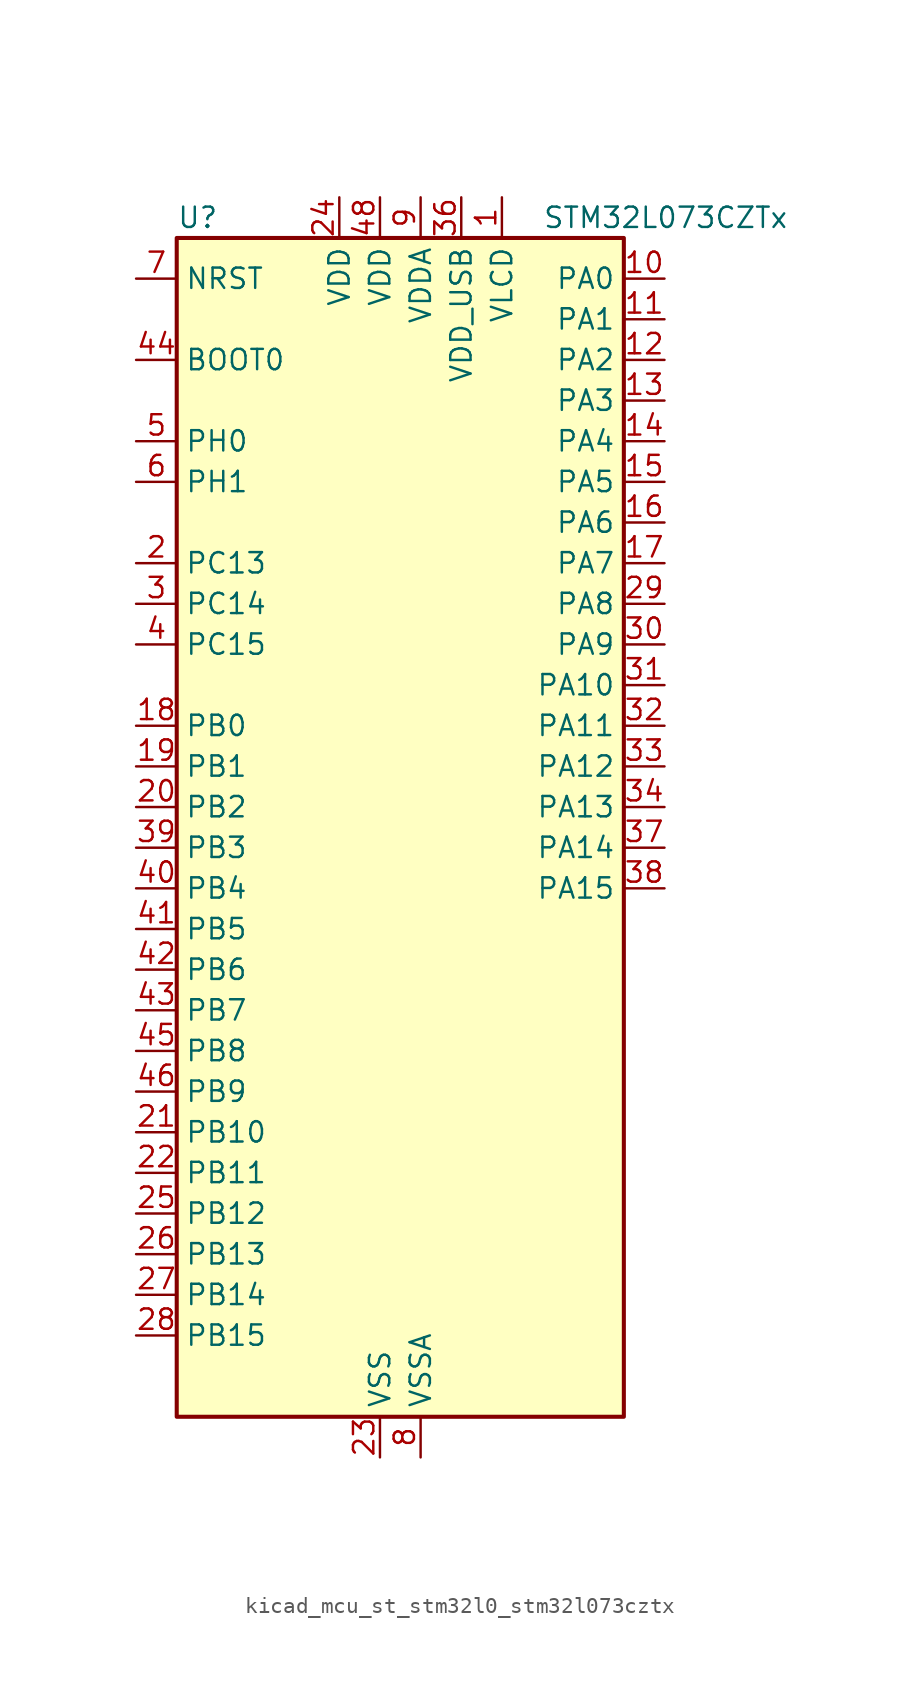
<source format=kicad_sym>
(kicad_symbol_lib
  (version 20220914)
  (generator kicad_symbol_editor)
  (symbol "kicad_mcu_st_stm32l0_stm32l073cztx"
    (property "Reference" "U"
      (at -12.7 39.37 0)
      (effects (font (size 1.27 1.27)) (justify left)))
    (property "Value" "STM32L073CZTx"
      (at 10.16 39.37 0)
      (effects (font (size 1.27 1.27)) (justify left)))
    (property "ki_locked" ""
      (at 0 0 0)
      (effects (font (size 1.27 1.27))))
    (symbol "kicad_mcu_st_stm32l0_stm32l073cztx_0_1"
      (rectangle (start -12.7 -35.56) (end 15.24 38.1) (stroke (width 0.254) (type default)) (fill (type background))))
    (symbol "kicad_mcu_st_stm32l0_stm32l073cztx_1_1"
      (pin power_in line (at 7.62 40.64 270) (length 2.54) (name "VLCD" (effects (font (size 1.27 1.27)))) (number "1" (effects (font (size 1.27 1.27)))))
      (pin bidirectional line (at 17.78 35.56 180) (length 2.54) (name "PA0" (effects (font (size 1.27 1.27)))) (number "10" (effects (font (size 1.27 1.27)))) (alternate "ADC_IN0" bidirectional line) (alternate "COMP1_INM" bidirectional line) (alternate "COMP1_OUT" bidirectional line) (alternate "RTC_TAMP2" bidirectional line) (alternate "SYS_WKUP1" bidirectional line) (alternate "TIM2_CH1" bidirectional line) (alternate "TIM2_ETR" bidirectional line) (alternate "TSC_G1_IO1" bidirectional line) (alternate "USART2_CTS" bidirectional line) (alternate "USART4_TX" bidirectional line))
      (pin bidirectional line (at 17.78 33.02 180) (length 2.54) (name "PA1" (effects (font (size 1.27 1.27)))) (number "11" (effects (font (size 1.27 1.27)))) (alternate "ADC_IN1" bidirectional line) (alternate "COMP1_INP" bidirectional line) (alternate "LCD_SEG0" bidirectional line) (alternate "TIM21_ETR" bidirectional line) (alternate "TIM2_CH2" bidirectional line) (alternate "TSC_G1_IO2" bidirectional line) (alternate "USART2_DE" bidirectional line) (alternate "USART2_RTS" bidirectional line) (alternate "USART4_RX" bidirectional line))
      (pin bidirectional line (at 17.78 30.48 180) (length 2.54) (name "PA2" (effects (font (size 1.27 1.27)))) (number "12" (effects (font (size 1.27 1.27)))) (alternate "ADC_IN2" bidirectional line) (alternate "COMP2_INM" bidirectional line) (alternate "COMP2_OUT" bidirectional line) (alternate "LCD_SEG1" bidirectional line) (alternate "LPUART1_TX" bidirectional line) (alternate "TIM21_CH1" bidirectional line) (alternate "TIM2_CH3" bidirectional line) (alternate "TSC_G1_IO3" bidirectional line) (alternate "USART2_TX" bidirectional line))
      (pin bidirectional line (at 17.78 27.94 180) (length 2.54) (name "PA3" (effects (font (size 1.27 1.27)))) (number "13" (effects (font (size 1.27 1.27)))) (alternate "ADC_IN3" bidirectional line) (alternate "COMP2_INP" bidirectional line) (alternate "LCD_SEG2" bidirectional line) (alternate "LPUART1_RX" bidirectional line) (alternate "TIM21_CH2" bidirectional line) (alternate "TIM2_CH4" bidirectional line) (alternate "TSC_G1_IO4" bidirectional line) (alternate "USART2_RX" bidirectional line))
      (pin bidirectional line (at 17.78 25.4 180) (length 2.54) (name "PA4" (effects (font (size 1.27 1.27)))) (number "14" (effects (font (size 1.27 1.27)))) (alternate "ADC_IN4" bidirectional line) (alternate "COMP1_INM" bidirectional line) (alternate "COMP2_INM" bidirectional line) (alternate "DAC_OUT1" bidirectional line) (alternate "SPI1_NSS" bidirectional line) (alternate "TIM22_ETR" bidirectional line) (alternate "TSC_G2_IO1" bidirectional line) (alternate "USART2_CK" bidirectional line))
      (pin bidirectional line (at 17.78 22.86 180) (length 2.54) (name "PA5" (effects (font (size 1.27 1.27)))) (number "15" (effects (font (size 1.27 1.27)))) (alternate "ADC_IN5" bidirectional line) (alternate "COMP1_INM" bidirectional line) (alternate "COMP2_INM" bidirectional line) (alternate "DAC_OUT2" bidirectional line) (alternate "SPI1_SCK" bidirectional line) (alternate "TIM2_CH1" bidirectional line) (alternate "TIM2_ETR" bidirectional line) (alternate "TSC_G2_IO2" bidirectional line))
      (pin bidirectional line (at 17.78 20.32 180) (length 2.54) (name "PA6" (effects (font (size 1.27 1.27)))) (number "16" (effects (font (size 1.27 1.27)))) (alternate "ADC_IN6" bidirectional line) (alternate "COMP1_OUT" bidirectional line) (alternate "LCD_SEG3" bidirectional line) (alternate "LPUART1_CTS" bidirectional line) (alternate "SPI1_MISO" bidirectional line) (alternate "TIM22_CH1" bidirectional line) (alternate "TIM3_CH1" bidirectional line) (alternate "TSC_G2_IO3" bidirectional line))
      (pin bidirectional line (at 17.78 17.78 180) (length 2.54) (name "PA7" (effects (font (size 1.27 1.27)))) (number "17" (effects (font (size 1.27 1.27)))) (alternate "ADC_IN7" bidirectional line) (alternate "COMP2_OUT" bidirectional line) (alternate "LCD_SEG4" bidirectional line) (alternate "SPI1_MOSI" bidirectional line) (alternate "TIM22_CH2" bidirectional line) (alternate "TIM3_CH2" bidirectional line) (alternate "TSC_G2_IO4" bidirectional line))
      (pin bidirectional line (at -15.24 7.62 0) (length 2.54) (name "PB0" (effects (font (size 1.27 1.27)))) (number "18" (effects (font (size 1.27 1.27)))) (alternate "ADC_IN8" bidirectional line) (alternate "LCD_SEG5" bidirectional line) (alternate "LCD_VLCD3" bidirectional line) (alternate "SYS_VREF_OUT_PB0" bidirectional line) (alternate "TIM3_CH3" bidirectional line) (alternate "TSC_G3_IO2" bidirectional line))
      (pin bidirectional line (at -15.24 5.08 0) (length 2.54) (name "PB1" (effects (font (size 1.27 1.27)))) (number "19" (effects (font (size 1.27 1.27)))) (alternate "ADC_IN9" bidirectional line) (alternate "LCD_SEG6" bidirectional line) (alternate "LPUART1_DE" bidirectional line) (alternate "LPUART1_RTS" bidirectional line) (alternate "SYS_VREF_OUT_PB1" bidirectional line) (alternate "TIM3_CH4" bidirectional line) (alternate "TSC_G3_IO3" bidirectional line))
      (pin bidirectional line (at -15.24 17.78 0) (length 2.54) (name "PC13" (effects (font (size 1.27 1.27)))) (number "2" (effects (font (size 1.27 1.27)))) (alternate "RTC_OUT_ALARM" bidirectional line) (alternate "RTC_OUT_CALIB" bidirectional line) (alternate "RTC_TAMP1" bidirectional line) (alternate "RTC_TS" bidirectional line) (alternate "SYS_WKUP2" bidirectional line))
      (pin bidirectional line (at -15.24 2.54 0) (length 2.54) (name "PB2" (effects (font (size 1.27 1.27)))) (number "20" (effects (font (size 1.27 1.27)))) (alternate "I2C3_SMBA" bidirectional line) (alternate "LCD_VLCD2" bidirectional line) (alternate "LPTIM1_OUT" bidirectional line) (alternate "TSC_G3_IO4" bidirectional line))
      (pin bidirectional line (at -15.24 -17.78 0) (length 2.54) (name "PB10" (effects (font (size 1.27 1.27)))) (number "21" (effects (font (size 1.27 1.27)))) (alternate "I2C2_SCL" bidirectional line) (alternate "LCD_SEG10" bidirectional line) (alternate "LPUART1_RX" bidirectional line) (alternate "LPUART1_TX" bidirectional line) (alternate "SPI2_SCK" bidirectional line) (alternate "TIM2_CH3" bidirectional line) (alternate "TSC_SYNC" bidirectional line))
      (pin bidirectional line (at -15.24 -20.32 0) (length 2.54) (name "PB11" (effects (font (size 1.27 1.27)))) (number "22" (effects (font (size 1.27 1.27)))) (alternate "ADC_EXTI11" bidirectional line) (alternate "I2C2_SDA" bidirectional line) (alternate "LCD_SEG11" bidirectional line) (alternate "LPUART1_RX" bidirectional line) (alternate "LPUART1_TX" bidirectional line) (alternate "TIM2_CH4" bidirectional line) (alternate "TSC_G6_IO1" bidirectional line))
      (pin power_in line (at 0 -38.1 90) (length 2.54) (name "VSS" (effects (font (size 1.27 1.27)))) (number "23" (effects (font (size 1.27 1.27)))))
      (pin power_in line (at -2.54 40.64 270) (length 2.54) (name "VDD" (effects (font (size 1.27 1.27)))) (number "24" (effects (font (size 1.27 1.27)))))
      (pin bidirectional line (at -15.24 -22.86 0) (length 2.54) (name "PB12" (effects (font (size 1.27 1.27)))) (number "25" (effects (font (size 1.27 1.27)))) (alternate "I2S2_WS" bidirectional line) (alternate "LCD_SEG12" bidirectional line) (alternate "LCD_VLCD2" bidirectional line) (alternate "LPUART1_DE" bidirectional line) (alternate "LPUART1_RTS" bidirectional line) (alternate "SPI2_NSS" bidirectional line) (alternate "TSC_G6_IO2" bidirectional line))
      (pin bidirectional line (at -15.24 -25.4 0) (length 2.54) (name "PB13" (effects (font (size 1.27 1.27)))) (number "26" (effects (font (size 1.27 1.27)))) (alternate "I2C2_SCL" bidirectional line) (alternate "I2S2_CK" bidirectional line) (alternate "LCD_SEG13" bidirectional line) (alternate "LPUART1_CTS" bidirectional line) (alternate "RCC_MCO" bidirectional line) (alternate "SPI2_SCK" bidirectional line) (alternate "TIM21_CH1" bidirectional line) (alternate "TSC_G6_IO3" bidirectional line))
      (pin bidirectional line (at -15.24 -27.94 0) (length 2.54) (name "PB14" (effects (font (size 1.27 1.27)))) (number "27" (effects (font (size 1.27 1.27)))) (alternate "I2C2_SDA" bidirectional line) (alternate "I2S2_MCK" bidirectional line) (alternate "LCD_SEG14" bidirectional line) (alternate "LPUART1_DE" bidirectional line) (alternate "LPUART1_RTS" bidirectional line) (alternate "RTC_OUT_ALARM" bidirectional line) (alternate "RTC_OUT_CALIB" bidirectional line) (alternate "SPI2_MISO" bidirectional line) (alternate "TIM21_CH2" bidirectional line) (alternate "TSC_G6_IO4" bidirectional line))
      (pin bidirectional line (at -15.24 -30.48 0) (length 2.54) (name "PB15" (effects (font (size 1.27 1.27)))) (number "28" (effects (font (size 1.27 1.27)))) (alternate "I2S2_SD" bidirectional line) (alternate "LCD_SEG15" bidirectional line) (alternate "RTC_REFIN" bidirectional line) (alternate "SPI2_MOSI" bidirectional line))
      (pin bidirectional line (at 17.78 15.24 180) (length 2.54) (name "PA8" (effects (font (size 1.27 1.27)))) (number "29" (effects (font (size 1.27 1.27)))) (alternate "CRS_SYNC" bidirectional line) (alternate "I2C3_SCL" bidirectional line) (alternate "LCD_COM0" bidirectional line) (alternate "RCC_MCO" bidirectional line) (alternate "USART1_CK" bidirectional line))
      (pin bidirectional line (at -15.24 15.24 0) (length 2.54) (name "PC14" (effects (font (size 1.27 1.27)))) (number "3" (effects (font (size 1.27 1.27)))) (alternate "RCC_OSC32_IN" bidirectional line))
      (pin bidirectional line (at 17.78 12.7 180) (length 2.54) (name "PA9" (effects (font (size 1.27 1.27)))) (number "30" (effects (font (size 1.27 1.27)))) (alternate "DAC_EXTI9" bidirectional line) (alternate "I2C1_SCL" bidirectional line) (alternate "I2C3_SMBA" bidirectional line) (alternate "LCD_COM1" bidirectional line) (alternate "RCC_MCO" bidirectional line) (alternate "TSC_G4_IO1" bidirectional line) (alternate "USART1_TX" bidirectional line))
      (pin bidirectional line (at 17.78 10.16 180) (length 2.54) (name "PA10" (effects (font (size 1.27 1.27)))) (number "31" (effects (font (size 1.27 1.27)))) (alternate "I2C1_SDA" bidirectional line) (alternate "LCD_COM2" bidirectional line) (alternate "TSC_G4_IO2" bidirectional line) (alternate "USART1_RX" bidirectional line))
      (pin bidirectional line (at 17.78 7.62 180) (length 2.54) (name "PA11" (effects (font (size 1.27 1.27)))) (number "32" (effects (font (size 1.27 1.27)))) (alternate "ADC_EXTI11" bidirectional line) (alternate "COMP1_OUT" bidirectional line) (alternate "SPI1_MISO" bidirectional line) (alternate "TSC_G4_IO3" bidirectional line) (alternate "USART1_CTS" bidirectional line) (alternate "USB_DM" bidirectional line))
      (pin bidirectional line (at 17.78 5.08 180) (length 2.54) (name "PA12" (effects (font (size 1.27 1.27)))) (number "33" (effects (font (size 1.27 1.27)))) (alternate "COMP2_OUT" bidirectional line) (alternate "SPI1_MOSI" bidirectional line) (alternate "TSC_G4_IO4" bidirectional line) (alternate "USART1_DE" bidirectional line) (alternate "USART1_RTS" bidirectional line) (alternate "USB_DP" bidirectional line))
      (pin bidirectional line (at 17.78 2.54 180) (length 2.54) (name "PA13" (effects (font (size 1.27 1.27)))) (number "34" (effects (font (size 1.27 1.27)))) (alternate "LPUART1_RX" bidirectional line) (alternate "SYS_SWDIO" bidirectional line) (alternate "USB_NOE" bidirectional line))
      (pin passive line (at 0 -38.1 90) (length 2.54) hide (name "VSS" (effects (font (size 1.27 1.27)))) (number "35" (effects (font (size 1.27 1.27)))))
      (pin power_in line (at 5.08 40.64 270) (length 2.54) (name "VDD_USB" (effects (font (size 1.27 1.27)))) (number "36" (effects (font (size 1.27 1.27)))))
      (pin bidirectional line (at 17.78 0 180) (length 2.54) (name "PA14" (effects (font (size 1.27 1.27)))) (number "37" (effects (font (size 1.27 1.27)))) (alternate "LPUART1_TX" bidirectional line) (alternate "SYS_SWCLK" bidirectional line) (alternate "USART2_TX" bidirectional line))
      (pin bidirectional line (at 17.78 -2.54 180) (length 2.54) (name "PA15" (effects (font (size 1.27 1.27)))) (number "38" (effects (font (size 1.27 1.27)))) (alternate "LCD_SEG17" bidirectional line) (alternate "SPI1_NSS" bidirectional line) (alternate "TIM2_CH1" bidirectional line) (alternate "TIM2_ETR" bidirectional line) (alternate "USART2_RX" bidirectional line) (alternate "USART4_DE" bidirectional line) (alternate "USART4_RTS" bidirectional line))
      (pin bidirectional line (at -15.24 0 0) (length 2.54) (name "PB3" (effects (font (size 1.27 1.27)))) (number "39" (effects (font (size 1.27 1.27)))) (alternate "COMP2_INM" bidirectional line) (alternate "LCD_SEG7" bidirectional line) (alternate "SPI1_SCK" bidirectional line) (alternate "TIM2_CH2" bidirectional line) (alternate "TSC_G5_IO1" bidirectional line) (alternate "USART1_DE" bidirectional line) (alternate "USART1_RTS" bidirectional line) (alternate "USART5_TX" bidirectional line))
      (pin bidirectional line (at -15.24 12.7 0) (length 2.54) (name "PC15" (effects (font (size 1.27 1.27)))) (number "4" (effects (font (size 1.27 1.27)))) (alternate "RCC_OSC32_OUT" bidirectional line))
      (pin bidirectional line (at -15.24 -2.54 0) (length 2.54) (name "PB4" (effects (font (size 1.27 1.27)))) (number "40" (effects (font (size 1.27 1.27)))) (alternate "COMP2_INP" bidirectional line) (alternate "I2C3_SDA" bidirectional line) (alternate "LCD_SEG8" bidirectional line) (alternate "SPI1_MISO" bidirectional line) (alternate "TIM22_CH1" bidirectional line) (alternate "TIM3_CH1" bidirectional line) (alternate "TSC_G5_IO2" bidirectional line) (alternate "USART1_CTS" bidirectional line) (alternate "USART5_RX" bidirectional line))
      (pin bidirectional line (at -15.24 -5.08 0) (length 2.54) (name "PB5" (effects (font (size 1.27 1.27)))) (number "41" (effects (font (size 1.27 1.27)))) (alternate "COMP2_INP" bidirectional line) (alternate "I2C1_SMBA" bidirectional line) (alternate "LCD_SEG9" bidirectional line) (alternate "LPTIM1_IN1" bidirectional line) (alternate "SPI1_MOSI" bidirectional line) (alternate "TIM22_CH2" bidirectional line) (alternate "TIM3_CH2" bidirectional line) (alternate "USART1_CK" bidirectional line) (alternate "USART5_CK" bidirectional line) (alternate "USART5_DE" bidirectional line) (alternate "USART5_RTS" bidirectional line))
      (pin bidirectional line (at -15.24 -7.62 0) (length 2.54) (name "PB6" (effects (font (size 1.27 1.27)))) (number "42" (effects (font (size 1.27 1.27)))) (alternate "COMP2_INP" bidirectional line) (alternate "I2C1_SCL" bidirectional line) (alternate "LPTIM1_ETR" bidirectional line) (alternate "TSC_G5_IO3" bidirectional line) (alternate "USART1_TX" bidirectional line))
      (pin bidirectional line (at -15.24 -10.16 0) (length 2.54) (name "PB7" (effects (font (size 1.27 1.27)))) (number "43" (effects (font (size 1.27 1.27)))) (alternate "COMP2_INP" bidirectional line) (alternate "I2C1_SDA" bidirectional line) (alternate "LPTIM1_IN2" bidirectional line) (alternate "SYS_PVD_IN" bidirectional line) (alternate "TSC_G5_IO4" bidirectional line) (alternate "USART1_RX" bidirectional line) (alternate "USART4_CTS" bidirectional line))
      (pin input line (at -15.24 30.48 0) (length 2.54) (name "BOOT0" (effects (font (size 1.27 1.27)))) (number "44" (effects (font (size 1.27 1.27)))))
      (pin bidirectional line (at -15.24 -12.7 0) (length 2.54) (name "PB8" (effects (font (size 1.27 1.27)))) (number "45" (effects (font (size 1.27 1.27)))) (alternate "I2C1_SCL" bidirectional line) (alternate "LCD_SEG16" bidirectional line) (alternate "TSC_SYNC" bidirectional line))
      (pin bidirectional line (at -15.24 -15.24 0) (length 2.54) (name "PB9" (effects (font (size 1.27 1.27)))) (number "46" (effects (font (size 1.27 1.27)))) (alternate "DAC_EXTI9" bidirectional line) (alternate "I2C1_SDA" bidirectional line) (alternate "I2S2_WS" bidirectional line) (alternate "LCD_COM3" bidirectional line) (alternate "SPI2_NSS" bidirectional line))
      (pin passive line (at 0 -38.1 90) (length 2.54) hide (name "VSS" (effects (font (size 1.27 1.27)))) (number "47" (effects (font (size 1.27 1.27)))))
      (pin power_in line (at 0 40.64 270) (length 2.54) (name "VDD" (effects (font (size 1.27 1.27)))) (number "48" (effects (font (size 1.27 1.27)))))
      (pin bidirectional line (at -15.24 25.4 0) (length 2.54) (name "PH0" (effects (font (size 1.27 1.27)))) (number "5" (effects (font (size 1.27 1.27)))) (alternate "CRS_SYNC" bidirectional line) (alternate "RCC_OSC_IN" bidirectional line))
      (pin bidirectional line (at -15.24 22.86 0) (length 2.54) (name "PH1" (effects (font (size 1.27 1.27)))) (number "6" (effects (font (size 1.27 1.27)))) (alternate "RCC_OSC_OUT" bidirectional line))
      (pin input line (at -15.24 35.56 0) (length 2.54) (name "NRST" (effects (font (size 1.27 1.27)))) (number "7" (effects (font (size 1.27 1.27)))))
      (pin power_in line (at 2.54 -38.1 90) (length 2.54) (name "VSSA" (effects (font (size 1.27 1.27)))) (number "8" (effects (font (size 1.27 1.27)))))
      (pin power_in line (at 2.54 40.64 270) (length 2.54) (name "VDDA" (effects (font (size 1.27 1.27)))) (number "9" (effects (font (size 1.27 1.27))))))))
</source>
